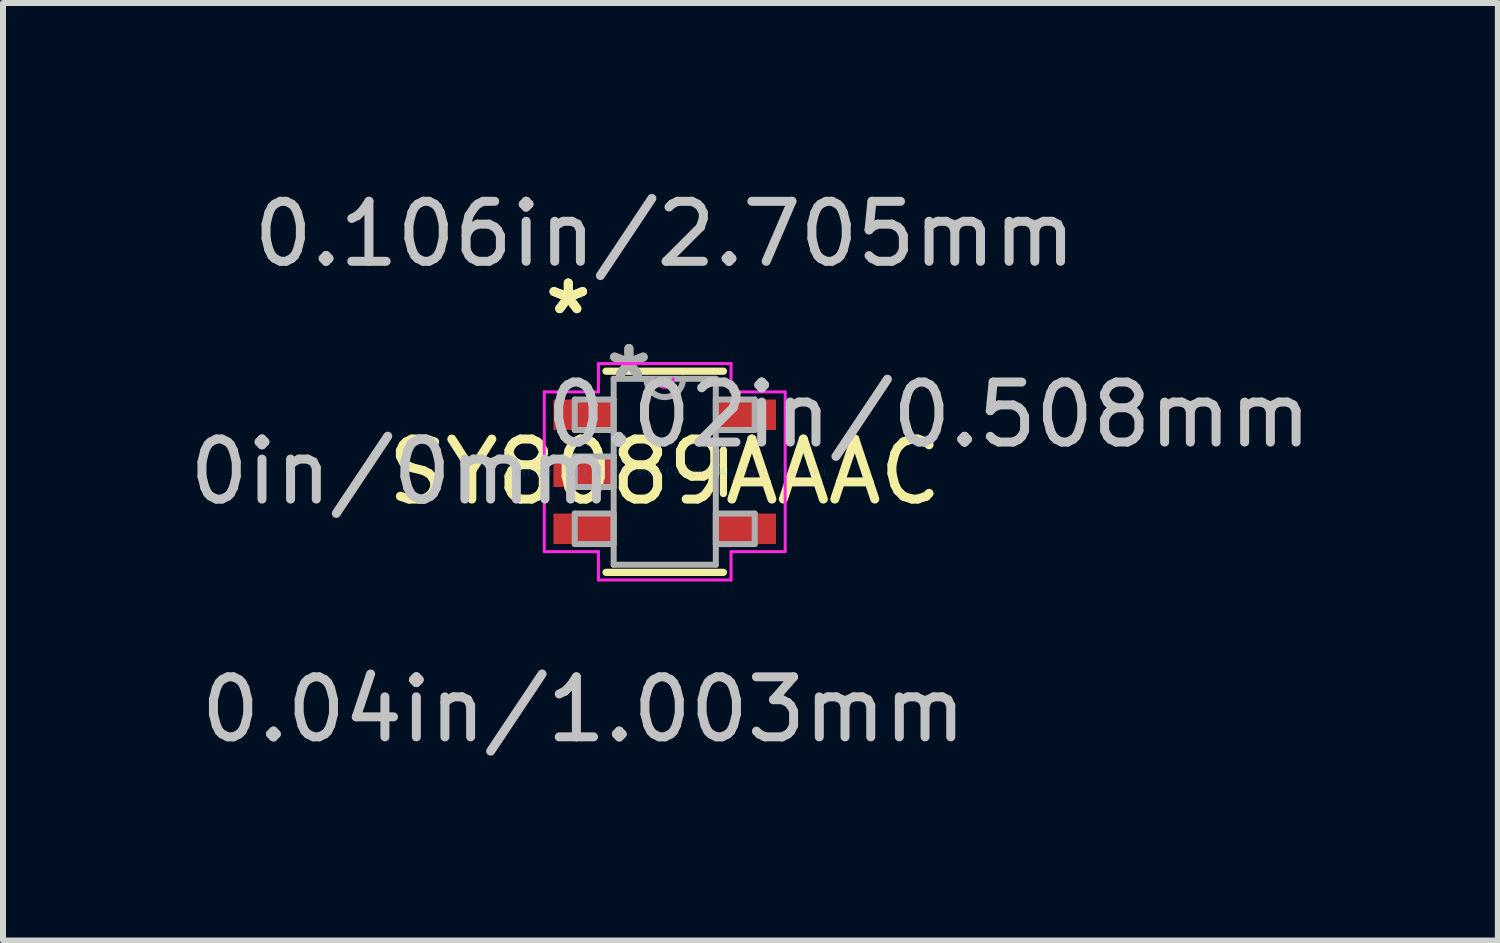
<source format=kicad_pcb>
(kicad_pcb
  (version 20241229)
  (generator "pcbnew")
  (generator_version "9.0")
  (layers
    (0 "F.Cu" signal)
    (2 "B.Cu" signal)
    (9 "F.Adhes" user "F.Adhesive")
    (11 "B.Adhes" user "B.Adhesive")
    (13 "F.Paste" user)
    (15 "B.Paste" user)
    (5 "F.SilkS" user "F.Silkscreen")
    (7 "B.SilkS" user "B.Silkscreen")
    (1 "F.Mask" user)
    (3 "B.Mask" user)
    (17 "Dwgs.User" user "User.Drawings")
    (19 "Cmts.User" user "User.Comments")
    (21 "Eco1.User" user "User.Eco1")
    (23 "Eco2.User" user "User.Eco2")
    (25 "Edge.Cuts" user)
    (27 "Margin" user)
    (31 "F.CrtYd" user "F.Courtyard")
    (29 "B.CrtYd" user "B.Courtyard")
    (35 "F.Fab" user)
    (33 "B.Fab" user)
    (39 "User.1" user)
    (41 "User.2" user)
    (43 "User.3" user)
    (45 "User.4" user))
  (footprint "SY8089AAAC"
    (layer "F.Cu")
    (at 8.026 4.811)
    (property "Reference" "SY8089AAAC" (at 0 0 0) (layer "F.SilkS") (effects (font (size 1 1) (thickness 0.15))))
    (attr through_hole)
    (fp_line (start -0.978 1.676) (end 0.978 1.676) (stroke (width 0.12) (type solid)) (layer "F.SilkS"))
    (fp_line (start 0.978 -1.676) (end -0.978 -1.676) (stroke (width 0.12) (type solid)) (layer "F.SilkS"))
    (fp_line (start 0.978 0.363) (end 0.978 -0.363) (stroke (width 0.12) (type solid)) (layer "F.SilkS"))
    (fp_line (start -2.007 -1.331) (end -1.105 -1.331) (stroke (width 0.05) (type solid)) (layer "F.CrtYd"))
    (fp_line (start -2.007 1.331) (end -2.007 -1.331) (stroke (width 0.05) (type solid)) (layer "F.CrtYd"))
    (fp_line (start -1.105 -1.803) (end 1.105 -1.803) (stroke (width 0.05) (type solid)) (layer "F.CrtYd"))
    (fp_line (start -1.105 -1.331) (end -1.105 -1.803) (stroke (width 0.05) (type solid)) (layer "F.CrtYd"))
    (fp_line (start -1.105 1.331) (end -2.007 1.331) (stroke (width 0.05) (type solid)) (layer "F.CrtYd"))
    (fp_line (start -1.105 1.803) (end -1.105 1.331) (stroke (width 0.05) (type solid)) (layer "F.CrtYd"))
    (fp_line (start 1.105 -1.803) (end 1.105 -1.331) (stroke (width 0.05) (type solid)) (layer "F.CrtYd"))
    (fp_line (start 1.105 -1.331) (end 2.007 -1.331) (stroke (width 0.05) (type solid)) (layer "F.CrtYd"))
    (fp_line (start 1.105 1.331) (end 1.105 1.803) (stroke (width 0.05) (type solid)) (layer "F.CrtYd"))
    (fp_line (start 1.105 1.803) (end -1.105 1.803) (stroke (width 0.05) (type solid)) (layer "F.CrtYd"))
    (fp_line (start 2.007 -1.331) (end 2.007 1.331) (stroke (width 0.05) (type solid)) (layer "F.CrtYd"))
    (fp_line (start 2.007 1.331) (end 1.105 1.331) (stroke (width 0.05) (type solid)) (layer "F.CrtYd"))
    (fp_arc (start 0.141817 -1.5494) (mid 0 -1.407583) (end -0.141817 -1.5494) (stroke (width 0.05) (type solid)) (layer "F.CrtYd"))
    (fp_line (start -1.499 -1.204) (end -1.499 -0.696) (stroke (width 0.1) (type solid)) (layer "F.Fab"))
    (fp_line (start -1.499 -0.696) (end -0.851 -0.696) (stroke (width 0.1) (type solid)) (layer "F.Fab"))
    (fp_line (start -1.499 -0.254) (end -1.499 0.254) (stroke (width 0.1) (type solid)) (layer "F.Fab"))
    (fp_line (start -1.499 0.254) (end -0.851 0.254) (stroke (width 0.1) (type solid)) (layer "F.Fab"))
    (fp_line (start -1.499 0.696) (end -1.499 1.204) (stroke (width 0.1) (type solid)) (layer "F.Fab"))
    (fp_line (start -1.499 1.204) (end -0.851 1.204) (stroke (width 0.1) (type solid)) (layer "F.Fab"))
    (fp_line (start -0.851 -1.549) (end -0.851 1.549) (stroke (width 0.1) (type solid)) (layer "F.Fab"))
    (fp_line (start -0.851 -1.204) (end -1.499 -1.204) (stroke (width 0.1) (type solid)) (layer "F.Fab"))
    (fp_line (start -0.851 -0.696) (end -0.851 -1.204) (stroke (width 0.1) (type solid)) (layer "F.Fab"))
    (fp_line (start -0.851 -0.254) (end -1.499 -0.254) (stroke (width 0.1) (type solid)) (layer "F.Fab"))
    (fp_line (start -0.851 0.254) (end -0.851 -0.254) (stroke (width 0.1) (type solid)) (layer "F.Fab"))
    (fp_line (start -0.851 0.696) (end -1.499 0.696) (stroke (width 0.1) (type solid)) (layer "F.Fab"))
    (fp_line (start -0.851 1.204) (end -0.851 0.696) (stroke (width 0.1) (type solid)) (layer "F.Fab"))
    (fp_line (start -0.851 1.549) (end 0.851 1.549) (stroke (width 0.1) (type solid)) (layer "F.Fab"))
    (fp_line (start 0.851 -1.549) (end -0.851 -1.549) (stroke (width 0.1) (type solid)) (layer "F.Fab"))
    (fp_line (start 0.851 -1.204) (end 0.851 -0.696) (stroke (width 0.1) (type solid)) (layer "F.Fab"))
    (fp_line (start 0.851 -0.696) (end 1.499 -0.696) (stroke (width 0.1) (type solid)) (layer "F.Fab"))
    (fp_line (start 0.851 0.696) (end 0.851 1.204) (stroke (width 0.1) (type solid)) (layer "F.Fab"))
    (fp_line (start 0.851 1.204) (end 1.499 1.204) (stroke (width 0.1) (type solid)) (layer "F.Fab"))
    (fp_line (start 0.851 1.549) (end 0.851 -1.549) (stroke (width 0.1) (type solid)) (layer "F.Fab"))
    (fp_line (start 1.499 -1.204) (end 0.851 -1.204) (stroke (width 0.1) (type solid)) (layer "F.Fab"))
    (fp_line (start 1.499 -0.696) (end 1.499 -1.204) (stroke (width 0.1) (type solid)) (layer "F.Fab"))
    (fp_line (start 1.499 0.696) (end 0.851 0.696) (stroke (width 0.1) (type solid)) (layer "F.Fab"))
    (fp_line (start 1.499 1.204) (end 1.499 0.696) (stroke (width 0.1) (type solid)) (layer "F.Fab"))
    (fp_arc (start 0.3048 -1.5494) (mid 0 -1.2446) (end -0.3048 -1.5494) (stroke (width 0.1) (type solid)) (layer "F.Fab"))
    (fp_text user "*" (at -1.607 -2.601 0) (layer "F.SilkS") (effects (font (size 1 1) (thickness 0.15))))
    (fp_text user "*" (at -1.607 -2.601 0) (layer "F.SilkS") (effects (font (size 1 1) (thickness 0.15))))
    (fp_text user "0in/0mm" (at -4.401 0 0) (layer "Dwgs.User") (effects (font (size 1 1) (thickness 0.15))))
    (fp_text user "0.106in/2.705mm" (at 0 -3.962 0) (layer "Dwgs.User") (effects (font (size 1 1) (thickness 0.15))))
    (fp_text user "0.04in/1.003mm" (at -1.353 3.962 0) (layer "Dwgs.User") (effects (font (size 1 1) (thickness 0.15))))
    (fp_text user "0.02in/0.508mm" (at 4.401 -0.95 0) (layer "Dwgs.User") (effects (font (size 1 1) (thickness 0.15))))
    (fp_text user "Copyright 2021 Accelerated Designs. All rights reserved." (at 0 0 0) (layer "Cmts.User") (effects (font (size 0.127 0.127) (thickness 0.002))))
    (fp_text user "*" (at -0.597 -1.509 0) (layer "F.Fab") (effects (font (size 1 1) (thickness 0.15))))
    (fp_text user "*" (at -0.597 -1.509 0) (layer "F.Fab") (effects (font (size 1 1) (thickness 0.15))))
    (pad "1" smd rect (at -1.353 -0.95) (size 1.003 0.508) (layers "F.Cu" "F.Mask" "F.Paste"))
    (pad "2" smd rect (at -1.353 0) (size 1.003 0.508) (layers "F.Cu" "F.Mask" "F.Paste"))
    (pad "3" smd rect (at -1.353 0.95) (size 1.003 0.508) (layers "F.Cu" "F.Mask" "F.Paste"))
    (pad "4" smd rect (at 1.353 0.95) (size 1.003 0.508) (layers "F.Cu" "F.Mask" "F.Paste"))
    (pad "5" smd rect (at 1.353 -0.95) (size 1.003 0.508) (layers "F.Cu" "F.Mask" "F.Paste")))
  (gr_rect
    (start -3 -3)
    (end 21.908 12.621)
    (stroke (width 0.1) (type default))
    (fill no)
    (layer "Edge.Cuts")))
</source>
